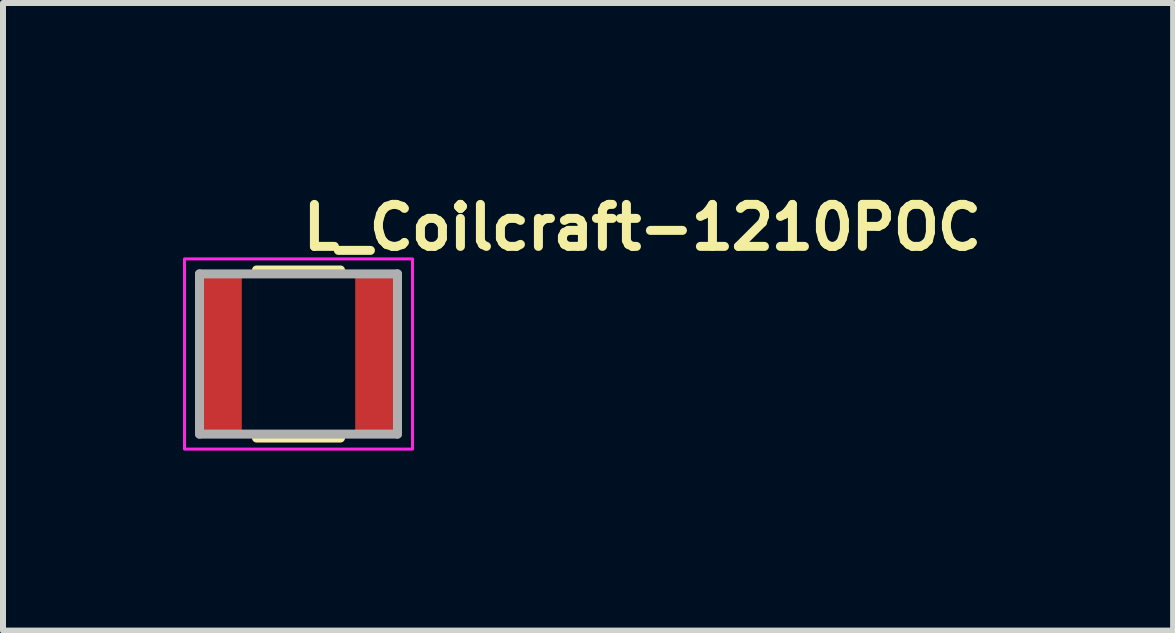
<source format=kicad_pcb>
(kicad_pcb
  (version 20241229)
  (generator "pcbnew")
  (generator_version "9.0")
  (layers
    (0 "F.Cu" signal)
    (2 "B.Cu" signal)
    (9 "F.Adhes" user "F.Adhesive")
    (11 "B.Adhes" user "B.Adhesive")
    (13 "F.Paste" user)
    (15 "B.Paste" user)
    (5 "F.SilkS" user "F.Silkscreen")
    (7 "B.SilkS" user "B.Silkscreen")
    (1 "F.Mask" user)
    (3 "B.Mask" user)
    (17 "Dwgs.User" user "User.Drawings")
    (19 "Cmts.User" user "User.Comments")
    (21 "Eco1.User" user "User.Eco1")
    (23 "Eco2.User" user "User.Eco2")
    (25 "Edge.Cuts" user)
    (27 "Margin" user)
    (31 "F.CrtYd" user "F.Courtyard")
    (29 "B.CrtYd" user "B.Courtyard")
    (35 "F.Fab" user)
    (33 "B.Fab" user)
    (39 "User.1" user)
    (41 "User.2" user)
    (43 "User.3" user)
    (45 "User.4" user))
  (footprint "L_Coilcraft-1210POC"
    (layer "F.Cu")
    (at 1.925 2.85)
    (property "Reference" "L_Coilcraft-1210POC" (at 0 -1.7 0) (layer "F.SilkS") (effects (font (size 0.7 0.7) (thickness 0.15)) (justify left bottom)))
    (attr smd)
    (fp_line (start -0.7 -1.4) (end 0.7 -1.4) (stroke (width 0.15) (type solid)) (layer "F.SilkS"))
    (fp_line (start -0.7 1.4) (end 0.7 1.4) (stroke (width 0.15) (type solid)) (layer "F.SilkS"))
    (fp_rect (start -1.9 -1.585) (end 1.9 1.585) (stroke (width 0.05) (type solid)) (fill no) (layer "F.CrtYd"))
    (fp_line (start -1.65 1.335) (end -1.65 -1.335) (stroke (width 0.15) (type solid)) (layer "F.Fab"))
    (fp_line (start 1.65 -1.335) (end -1.65 -1.335) (stroke (width 0.15) (type solid)) (layer "F.Fab"))
    (fp_line (start 1.65 1.335) (end -1.65 1.335) (stroke (width 0.15) (type solid)) (layer "F.Fab"))
    (fp_line (start 1.65 1.335) (end 1.65 -1.335) (stroke (width 0.15) (type solid)) (layer "F.Fab"))
    (fp_rect (start -1.65 -1.335) (end 1.65 1.335) (stroke (width 0.1) (type solid)) (fill no) (layer "User.5"))
    (fp_line (start -1.601 -1.17) (end -1.599 -1.174) (stroke (width 0.02) (type solid)) (layer "User.9"))
    (fp_line (start -1.601 1.169) (end -1.601 -1.17) (stroke (width 0.02) (type solid)) (layer "User.9"))
    (fp_line (start -1.601 1.169) (end -1.599 1.173) (stroke (width 0.02) (type solid)) (layer "User.9"))
    (fp_line (start -1.599 -1.182) (end -1.598 -1.186) (stroke (width 0.02) (type solid)) (layer "User.9"))
    (fp_line (start -1.599 -1.178) (end -1.599 -1.182) (stroke (width 0.02) (type solid)) (layer "User.9"))
    (fp_line (start -1.599 -1.174) (end -1.599 -1.178) (stroke (width 0.02) (type solid)) (layer "User.9"))
    (fp_line (start -1.599 1.173) (end -1.599 1.177) (stroke (width 0.02) (type solid)) (layer "User.9"))
    (fp_line (start -1.599 1.177) (end -1.599 1.181) (stroke (width 0.02) (type solid)) (layer "User.9"))
    (fp_line (start -1.599 1.181) (end -1.598 1.185) (stroke (width 0.02) (type solid)) (layer "User.9"))
    (fp_line (start -1.598 -1.186) (end -1.597 -1.19) (stroke (width 0.02) (type solid)) (layer "User.9"))
    (fp_line (start -1.598 1.185) (end -1.597 1.189) (stroke (width 0.02) (type solid)) (layer "User.9"))
    (fp_line (start -1.597 -1.19) (end -1.596 -1.194) (stroke (width 0.02) (type solid)) (layer "User.9"))
    (fp_line (start -1.597 1.189) (end -1.596 1.193) (stroke (width 0.02) (type solid)) (layer "User.9"))
    (fp_line (start -1.596 -1.194) (end -1.595 -1.198) (stroke (width 0.02) (type solid)) (layer "User.9"))
    (fp_line (start -1.596 1.193) (end -1.595 1.195) (stroke (width 0.02) (type solid)) (layer "User.9"))
    (fp_line (start -1.595 -1.198) (end -1.593 -1.202) (stroke (width 0.02) (type solid)) (layer "User.9"))
    (fp_line (start -1.595 1.195) (end -1.593 1.199) (stroke (width 0.02) (type solid)) (layer "User.9"))
    (fp_line (start -1.593 -1.202) (end -1.592 -1.206) (stroke (width 0.02) (type solid)) (layer "User.9"))
    (fp_line (start -1.593 1.199) (end -1.592 1.203) (stroke (width 0.02) (type solid)) (layer "User.9"))
    (fp_line (start -1.592 -1.206) (end -1.59 -1.208) (stroke (width 0.02) (type solid)) (layer "User.9"))
    (fp_line (start -1.592 1.203) (end -1.59 1.207) (stroke (width 0.02) (type solid)) (layer "User.9"))
    (fp_line (start -1.59 -1.208) (end -1.588 -1.212) (stroke (width 0.02) (type solid)) (layer "User.9"))
    (fp_line (start -1.59 1.207) (end -1.588 1.211) (stroke (width 0.02) (type solid)) (layer "User.9"))
    (fp_line (start -1.588 -1.212) (end -1.586 -1.216) (stroke (width 0.02) (type solid)) (layer "User.9"))
    (fp_line (start -1.588 1.211) (end -1.586 1.213) (stroke (width 0.02) (type solid)) (layer "User.9"))
    (fp_line (start -1.586 -1.216) (end -1.584 -1.218) (stroke (width 0.02) (type solid)) (layer "User.9"))
    (fp_line (start -1.586 1.213) (end -1.584 1.217) (stroke (width 0.02) (type solid)) (layer "User.9"))
    (fp_line (start -1.584 -1.218) (end -1.582 -1.222) (stroke (width 0.02) (type solid)) (layer "User.9"))
    (fp_line (start -1.584 1.217) (end -1.582 1.219) (stroke (width 0.02) (type solid)) (layer "User.9"))
    (fp_line (start -1.582 -1.222) (end -1.58 -1.224) (stroke (width 0.02) (type solid)) (layer "User.9"))
    (fp_line (start -1.582 1.219) (end -1.58 1.223) (stroke (width 0.02) (type solid)) (layer "User.9"))
    (fp_line (start -1.58 -1.224) (end -1.577 -1.228) (stroke (width 0.02) (type solid)) (layer "User.9"))
    (fp_line (start -1.58 1.223) (end -1.577 1.225) (stroke (width 0.02) (type solid)) (layer "User.9"))
    (fp_line (start -1.577 -1.228) (end -1.577 -1.228) (stroke (width 0.02) (type solid)) (layer "User.9"))
    (fp_line (start -1.577 -1.228) (end -1.574 -1.23) (stroke (width 0.02) (type solid)) (layer "User.9"))
    (fp_line (start -1.577 1.225) (end -1.577 1.225) (stroke (width 0.02) (type solid)) (layer "User.9"))
    (fp_line (start -1.577 1.225) (end -1.574 1.229) (stroke (width 0.02) (type solid)) (layer "User.9"))
    (fp_line (start -1.574 -1.23) (end -1.571 -1.232) (stroke (width 0.02) (type solid)) (layer "User.9"))
    (fp_line (start -1.574 1.229) (end -1.571 1.231) (stroke (width 0.02) (type solid)) (layer "User.9"))
    (fp_line (start -1.571 -1.232) (end -1.567 -1.236) (stroke (width 0.02) (type solid)) (layer "User.9"))
    (fp_line (start -1.571 1.231) (end -1.567 1.233) (stroke (width 0.02) (type solid)) (layer "User.9"))
    (fp_line (start -1.567 -1.236) (end -1.564 -1.238) (stroke (width 0.02) (type solid)) (layer "User.9"))
    (fp_line (start -1.567 1.233) (end -1.564 1.235) (stroke (width 0.02) (type solid)) (layer "User.9"))
    (fp_line (start -1.564 -1.238) (end -1.561 -1.24) (stroke (width 0.02) (type solid)) (layer "User.9"))
    (fp_line (start -1.564 1.235) (end -1.561 1.237) (stroke (width 0.02) (type solid)) (layer "User.9"))
    (fp_line (start -1.561 -1.24) (end -1.558 -1.242) (stroke (width 0.02) (type solid)) (layer "User.9"))
    (fp_line (start -1.561 1.237) (end -1.558 1.239) (stroke (width 0.02) (type solid)) (layer "User.9"))
    (fp_line (start -1.558 -1.242) (end -1.555 -1.244) (stroke (width 0.02) (type solid)) (layer "User.9"))
    (fp_line (start -1.558 1.239) (end -1.555 1.241) (stroke (width 0.02) (type solid)) (layer "User.9"))
    (fp_line (start -1.555 -1.244) (end -1.55 -1.244) (stroke (width 0.02) (type solid)) (layer "User.9"))
    (fp_line (start -1.555 1.241) (end -1.55 1.243) (stroke (width 0.02) (type solid)) (layer "User.9"))
    (fp_line (start -1.55 -1.244) (end -1.546 -1.246) (stroke (width 0.02) (type solid)) (layer "User.9"))
    (fp_line (start -1.55 1.243) (end -1.546 1.245) (stroke (width 0.02) (type solid)) (layer "User.9"))
    (fp_line (start -1.546 -1.246) (end -1.544 -1.248) (stroke (width 0.02) (type solid)) (layer "User.9"))
    (fp_line (start -1.546 1.245) (end -1.544 1.245) (stroke (width 0.02) (type solid)) (layer "User.9"))
    (fp_line (start -1.544 -1.248) (end -1.54 -1.248) (stroke (width 0.02) (type solid)) (layer "User.9"))
    (fp_line (start -1.544 1.245) (end -1.54 1.247) (stroke (width 0.02) (type solid)) (layer "User.9"))
    (fp_line (start -1.54 -1.248) (end -1.535 -1.25) (stroke (width 0.02) (type solid)) (layer "User.9"))
    (fp_line (start -1.54 1.247) (end -1.535 1.247) (stroke (width 0.02) (type solid)) (layer "User.9"))
    (fp_line (start -1.535 -1.25) (end -1.531 -1.25) (stroke (width 0.02) (type solid)) (layer "User.9"))
    (fp_line (start -1.535 1.247) (end -1.531 1.249) (stroke (width 0.02) (type solid)) (layer "User.9"))
    (fp_line (start -1.531 -1.25) (end -1.527 -1.25) (stroke (width 0.02) (type solid)) (layer "User.9"))
    (fp_line (start -1.531 1.249) (end -1.527 1.249) (stroke (width 0.02) (type solid)) (layer "User.9"))
    (fp_line (start -1.527 -1.25) (end -1.524 -1.25) (stroke (width 0.02) (type solid)) (layer "User.9"))
    (fp_line (start -1.527 1.249) (end -1.524 1.249) (stroke (width 0.02) (type solid)) (layer "User.9"))
    (fp_line (start -1.524 -1.25) (end -1.521 -1.25) (stroke (width 0.02) (type solid)) (layer "User.9"))
    (fp_line (start -1.524 1.249) (end -1.521 1.249) (stroke (width 0.02) (type solid)) (layer "User.9"))
    (fp_line (start -1.521 -1.25) (end -1.001 -1.25) (stroke (width 0.02) (type solid)) (layer "User.9"))
    (fp_line (start -1.001 -1.25) (end -1.001 -1.17) (stroke (width 0.02) (type solid)) (layer "User.9"))
    (fp_line (start -1.001 1.169) (end -1.001 -1.17) (stroke (width 0.02) (type solid)) (layer "User.9"))
    (fp_line (start -1.001 1.169) (end -1.001 1.249) (stroke (width 0.02) (type solid)) (layer "User.9"))
    (fp_line (start -1.001 1.249) (end -1.521 1.249) (stroke (width 0.02) (type solid)) (layer "User.9"))
    (fp_line (start 1 -1.25) (end 1 -1.17) (stroke (width 0.02) (type solid)) (layer "User.9"))
    (fp_line (start 1 -1.224) (end -1.001 -1.224) (stroke (width 0.02) (type solid)) (layer "User.9"))
    (fp_line (start 1 1.169) (end 1 -1.17) (stroke (width 0.02) (type solid)) (layer "User.9"))
    (fp_line (start 1 1.169) (end 1 1.249) (stroke (width 0.02) (type solid)) (layer "User.9"))
    (fp_line (start 1 1.223) (end -1.001 1.223) (stroke (width 0.02) (type solid)) (layer "User.9"))
    (fp_line (start 1 1.249) (end 1.52 1.249) (stroke (width 0.02) (type solid)) (layer "User.9"))
    (fp_line (start 1.52 -1.25) (end 1 -1.25) (stroke (width 0.02) (type solid)) (layer "User.9"))
    (fp_line (start 1.524 -1.25) (end 1.52 -1.25) (stroke (width 0.02) (type solid)) (layer "User.9"))
    (fp_line (start 1.524 1.249) (end 1.52 1.249) (stroke (width 0.02) (type solid)) (layer "User.9"))
    (fp_line (start 1.528 -1.25) (end 1.524 -1.25) (stroke (width 0.02) (type solid)) (layer "User.9"))
    (fp_line (start 1.528 1.249) (end 1.524 1.249) (stroke (width 0.02) (type solid)) (layer "User.9"))
    (fp_line (start 1.532 -1.25) (end 1.528 -1.25) (stroke (width 0.02) (type solid)) (layer "User.9"))
    (fp_line (start 1.532 1.249) (end 1.528 1.249) (stroke (width 0.02) (type solid)) (layer "User.9"))
    (fp_line (start 1.536 -1.25) (end 1.532 -1.25) (stroke (width 0.02) (type solid)) (layer "User.9"))
    (fp_line (start 1.536 1.247) (end 1.532 1.249) (stroke (width 0.02) (type solid)) (layer "User.9"))
    (fp_line (start 1.54 -1.248) (end 1.536 -1.25) (stroke (width 0.02) (type solid)) (layer "User.9"))
    (fp_line (start 1.54 1.247) (end 1.536 1.247) (stroke (width 0.02) (type solid)) (layer "User.9"))
    (fp_line (start 1.544 -1.248) (end 1.54 -1.248) (stroke (width 0.02) (type solid)) (layer "User.9"))
    (fp_line (start 1.544 1.245) (end 1.54 1.247) (stroke (width 0.02) (type solid)) (layer "User.9"))
    (fp_line (start 1.547 -1.246) (end 1.544 -1.248) (stroke (width 0.02) (type solid)) (layer "User.9"))
    (fp_line (start 1.547 1.245) (end 1.544 1.245) (stroke (width 0.02) (type solid)) (layer "User.9"))
    (fp_line (start 1.551 -1.244) (end 1.547 -1.246) (stroke (width 0.02) (type solid)) (layer "User.9"))
    (fp_line (start 1.551 1.243) (end 1.547 1.245) (stroke (width 0.02) (type solid)) (layer "User.9"))
    (fp_line (start 1.555 -1.244) (end 1.551 -1.244) (stroke (width 0.02) (type solid)) (layer "User.9"))
    (fp_line (start 1.555 1.241) (end 1.551 1.243) (stroke (width 0.02) (type solid)) (layer "User.9"))
    (fp_line (start 1.557 -1.242) (end 1.555 -1.244) (stroke (width 0.02) (type solid)) (layer "User.9"))
    (fp_line (start 1.557 1.239) (end 1.555 1.241) (stroke (width 0.02) (type solid)) (layer "User.9"))
    (fp_line (start 1.561 -1.24) (end 1.557 -1.242) (stroke (width 0.02) (type solid)) (layer "User.9"))
    (fp_line (start 1.561 1.237) (end 1.557 1.239) (stroke (width 0.02) (type solid)) (layer "User.9"))
    (fp_line (start 1.564 -1.238) (end 1.561 -1.24) (stroke (width 0.02) (type solid)) (layer "User.9"))
    (fp_line (start 1.564 1.235) (end 1.561 1.237) (stroke (width 0.02) (type solid)) (layer "User.9"))
    (fp_line (start 1.568 -1.236) (end 1.564 -1.238) (stroke (width 0.02) (type solid)) (layer "User.9"))
    (fp_line (start 1.568 1.233) (end 1.564 1.235) (stroke (width 0.02) (type solid)) (layer "User.9"))
    (fp_line (start 1.571 -1.232) (end 1.568 -1.236) (stroke (width 0.02) (type solid)) (layer "User.9"))
    (fp_line (start 1.571 1.231) (end 1.568 1.233) (stroke (width 0.02) (type solid)) (layer "User.9"))
    (fp_line (start 1.573 -1.23) (end 1.571 -1.232) (stroke (width 0.02) (type solid)) (layer "User.9"))
    (fp_line (start 1.573 1.229) (end 1.571 1.231) (stroke (width 0.02) (type solid)) (layer "User.9"))
    (fp_line (start 1.576 -1.228) (end 1.573 -1.23) (stroke (width 0.02) (type solid)) (layer "User.9"))
    (fp_line (start 1.576 -1.228) (end 1.576 -1.228) (stroke (width 0.02) (type solid)) (layer "User.9"))
    (fp_line (start 1.576 1.225) (end 1.573 1.229) (stroke (width 0.02) (type solid)) (layer "User.9"))
    (fp_line (start 1.576 1.225) (end 1.576 1.225) (stroke (width 0.02) (type solid)) (layer "User.9"))
    (fp_line (start 1.58 -1.224) (end 1.576 -1.228) (stroke (width 0.02) (type solid)) (layer "User.9"))
    (fp_line (start 1.58 1.223) (end 1.576 1.225) (stroke (width 0.02) (type solid)) (layer "User.9"))
    (fp_line (start 1.581 -1.222) (end 1.58 -1.224) (stroke (width 0.02) (type solid)) (layer "User.9"))
    (fp_line (start 1.581 1.219) (end 1.58 1.223) (stroke (width 0.02) (type solid)) (layer "User.9"))
    (fp_line (start 1.584 -1.218) (end 1.581 -1.222) (stroke (width 0.02) (type solid)) (layer "User.9"))
    (fp_line (start 1.584 1.217) (end 1.581 1.219) (stroke (width 0.02) (type solid)) (layer "User.9"))
    (fp_line (start 1.587 -1.216) (end 1.584 -1.218) (stroke (width 0.02) (type solid)) (layer "User.9"))
    (fp_line (start 1.587 1.213) (end 1.584 1.217) (stroke (width 0.02) (type solid)) (layer "User.9"))
    (fp_line (start 1.588 -1.212) (end 1.587 -1.216) (stroke (width 0.02) (type solid)) (layer "User.9"))
    (fp_line (start 1.588 1.211) (end 1.587 1.213) (stroke (width 0.02) (type solid)) (layer "User.9"))
    (fp_line (start 1.591 -1.208) (end 1.588 -1.212) (stroke (width 0.02) (type solid)) (layer "User.9"))
    (fp_line (start 1.591 1.207) (end 1.588 1.211) (stroke (width 0.02) (type solid)) (layer "User.9"))
    (fp_line (start 1.592 -1.206) (end 1.591 -1.208) (stroke (width 0.02) (type solid)) (layer "User.9"))
    (fp_line (start 1.592 1.203) (end 1.591 1.207) (stroke (width 0.02) (type solid)) (layer "User.9"))
    (fp_line (start 1.593 -1.202) (end 1.592 -1.206) (stroke (width 0.02) (type solid)) (layer "User.9"))
    (fp_line (start 1.593 1.199) (end 1.592 1.203) (stroke (width 0.02) (type solid)) (layer "User.9"))
    (fp_line (start 1.596 -1.198) (end 1.593 -1.202) (stroke (width 0.02) (type solid)) (layer "User.9"))
    (fp_line (start 1.596 -1.194) (end 1.596 -1.198) (stroke (width 0.02) (type solid)) (layer "User.9"))
    (fp_line (start 1.596 1.193) (end 1.596 1.195) (stroke (width 0.02) (type solid)) (layer "User.9"))
    (fp_line (start 1.596 1.195) (end 1.593 1.199) (stroke (width 0.02) (type solid)) (layer "User.9"))
    (fp_line (start 1.597 -1.19) (end 1.596 -1.194) (stroke (width 0.02) (type solid)) (layer "User.9"))
    (fp_line (start 1.597 1.189) (end 1.596 1.193) (stroke (width 0.02) (type solid)) (layer "User.9"))
    (fp_line (start 1.599 -1.186) (end 1.597 -1.19) (stroke (width 0.02) (type solid)) (layer "User.9"))
    (fp_line (start 1.599 1.185) (end 1.597 1.189) (stroke (width 0.02) (type solid)) (layer "User.9"))
    (fp_line (start 1.6 -1.182) (end 1.599 -1.186) (stroke (width 0.02) (type solid)) (layer "User.9"))
    (fp_line (start 1.6 -1.178) (end 1.6 -1.182) (stroke (width 0.02) (type solid)) (layer "User.9"))
    (fp_line (start 1.6 -1.174) (end 1.6 -1.178) (stroke (width 0.02) (type solid)) (layer "User.9"))
    (fp_line (start 1.6 -1.17) (end 1.6 -1.174) (stroke (width 0.02) (type solid)) (layer "User.9"))
    (fp_line (start 1.6 1.169) (end 1.6 -1.17) (stroke (width 0.02) (type solid)) (layer "User.9"))
    (fp_line (start 1.6 1.169) (end 1.6 1.173) (stroke (width 0.02) (type solid)) (layer "User.9"))
    (fp_line (start 1.6 1.173) (end 1.6 1.177) (stroke (width 0.02) (type solid)) (layer "User.9"))
    (fp_line (start 1.6 1.177) (end 1.6 1.181) (stroke (width 0.02) (type solid)) (layer "User.9"))
    (fp_line (start 1.6 1.181) (end 1.599 1.185) (stroke (width 0.02) (type solid)) (layer "User.9"))
    (pad "1" smd rect (at -1.27 0) (size 0.65 2.65) (layers "F.Cu" "F.Mask" "F.Paste"))
    (pad "2" smd rect (at 1.27 0) (size 0.65 2.65) (layers "F.Cu" "F.Mask" "F.Paste")))
  (gr_rect
    (start -3 -3)
    (end 16.502 7.46)
    (stroke (width 0.1) (type default))
    (fill no)
    (layer "Edge.Cuts")))
</source>
